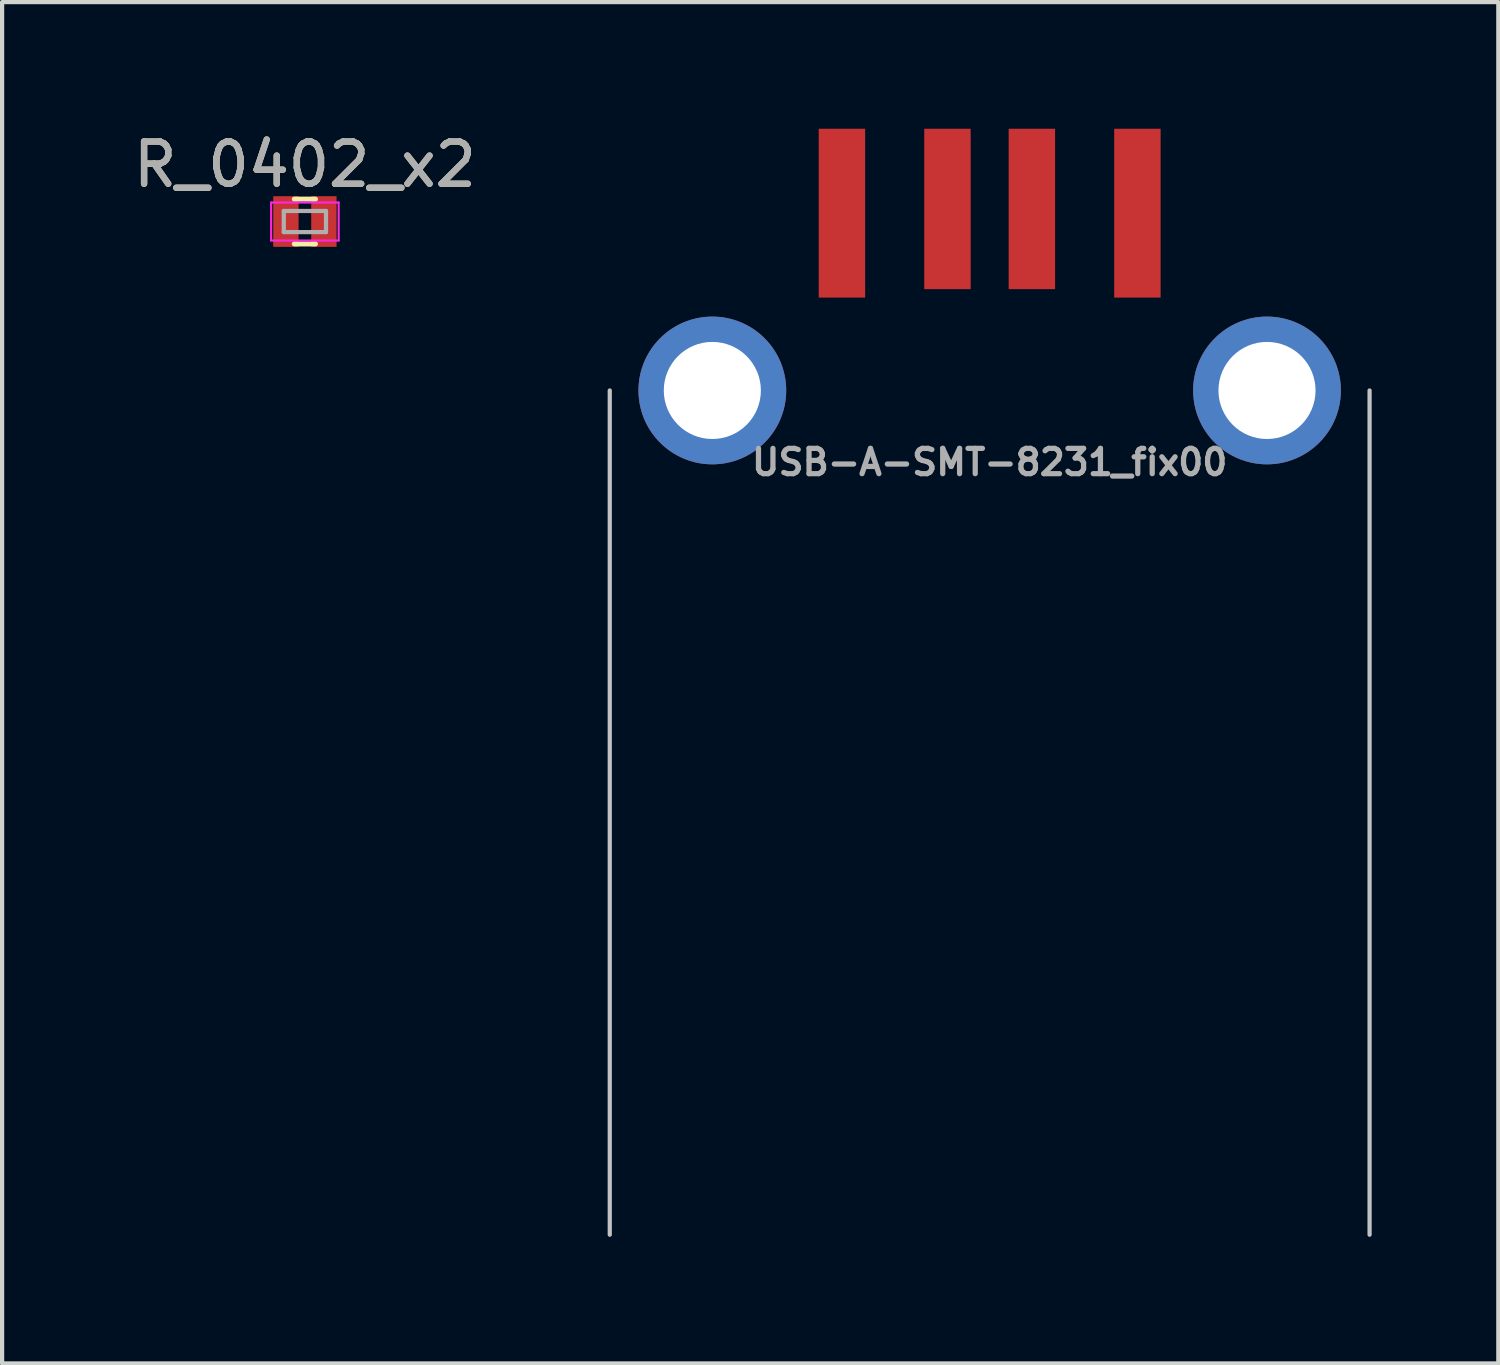
<source format=kicad_pcb>
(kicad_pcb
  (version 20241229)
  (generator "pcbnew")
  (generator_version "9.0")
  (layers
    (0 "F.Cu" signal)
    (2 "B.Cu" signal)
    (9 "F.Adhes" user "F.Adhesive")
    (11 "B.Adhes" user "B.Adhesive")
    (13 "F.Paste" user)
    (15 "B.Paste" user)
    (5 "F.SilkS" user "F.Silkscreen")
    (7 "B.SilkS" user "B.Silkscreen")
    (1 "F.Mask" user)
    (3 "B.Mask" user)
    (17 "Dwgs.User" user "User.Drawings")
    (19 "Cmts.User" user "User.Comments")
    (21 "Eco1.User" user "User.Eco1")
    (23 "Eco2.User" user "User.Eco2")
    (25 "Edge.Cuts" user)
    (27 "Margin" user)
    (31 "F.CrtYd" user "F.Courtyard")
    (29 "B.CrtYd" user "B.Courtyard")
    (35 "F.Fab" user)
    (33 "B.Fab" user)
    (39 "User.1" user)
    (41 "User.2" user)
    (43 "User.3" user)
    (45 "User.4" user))
  (footprint "R_0402_x2"
    (layer "F.Cu")
    (at 4.173 2.198)
    (property "Reference" "R_0402_x2" (at 0 -1.35 0) (layer "F.SilkS") (effects (font (size 1 1) (thickness 0.15))))
    (attr smd)
    (fp_line (start -0.25 0.53) (end 0.25 0.53) (stroke (width 0.12) (type solid)) (layer "F.SilkS"))
    (fp_line (start 0.25 -0.53) (end -0.25 -0.53) (stroke (width 0.12) (type solid)) (layer "F.SilkS"))
    (fp_line (start -0.8 -0.45) (end -0.8 0.45) (stroke (width 0.05) (type solid)) (layer "F.CrtYd"))
    (fp_line (start -0.8 -0.45) (end 0.8 -0.45) (stroke (width 0.05) (type solid)) (layer "F.CrtYd"))
    (fp_line (start 0.8 0.45) (end -0.8 0.45) (stroke (width 0.05) (type solid)) (layer "F.CrtYd"))
    (fp_line (start 0.8 0.45) (end 0.8 -0.45) (stroke (width 0.05) (type solid)) (layer "F.CrtYd"))
    (fp_line (start -0.5 -0.25) (end 0.5 -0.25) (stroke (width 0.1) (type solid)) (layer "F.Fab"))
    (fp_line (start -0.5 0.25) (end -0.5 -0.25) (stroke (width 0.1) (type solid)) (layer "F.Fab"))
    (fp_line (start 0.5 -0.25) (end 0.5 0.25) (stroke (width 0.1) (type solid)) (layer "F.Fab"))
    (fp_line (start 0.5 0.25) (end -0.5 0.25) (stroke (width 0.1) (type solid)) (layer "F.Fab"))
    (fp_text user "${REFERENCE}" (at 0 -1.35 0) (layer "F.Fab") (effects (font (size 1 1) (thickness 0.15))))
    (pad "1" smd rect (at -0.45 0) (size 0.6 1.2) (layers "F.Cu" "F.Mask" "F.Paste"))
    (pad "2" smd rect (at 0.45 0) (size 0.6 1.2) (layers "F.Cu" "F.Mask" "F.Paste")))
  (footprint "USB-A-SMT-8231_fix00"
    (layer "F.Cu")
    (at 20.395 6.2)
    (property "Reference" "USB-A-SMT-8231_fix00" (at 0 1.7 180) (layer "F.Fab") (effects (font (size 0.599 0.599) (thickness 0.124))))
    (attr smd)
    (fp_line (start -9 0) (end -9 20) (stroke (width 0.1) (type solid)) (layer "Dwgs.User"))
    (fp_line (start 9 0) (end 9 20) (stroke (width 0.1) (type solid)) (layer "Dwgs.User"))
    (fp_line (start -7.2 -4.1) (end 7.2 -4.1) (stroke (width 0.001) (type solid)) (layer "F.Fab"))
    (fp_line (start -7.2 10.3) (end -7.2 -4.1) (stroke (width 0.001) (type solid)) (layer "F.Fab"))
    (fp_line (start 7.2 -4.1) (end 7.2 10.3) (stroke (width 0.001) (type solid)) (layer "F.Fab"))
    (fp_line (start 7.2 10.3) (end -7.2 10.3) (stroke (width 0.001) (type solid)) (layer "F.Fab"))
    (pad "1" smd rect (at -3.5 -4.2) (size 1.1 4) (layers "F.Cu" "F.Mask" "F.Paste"))
    (pad "2" smd rect (at -1 -4.3) (size 1.1 3.8) (layers "F.Cu" "F.Mask" "F.Paste"))
    (pad "3" smd rect (at 1 -4.3) (size 1.1 3.8) (layers "F.Cu" "F.Mask" "F.Paste"))
    (pad "4" smd rect (at 3.5 -4.2) (size 1.1 4) (layers "F.Cu" "F.Mask" "F.Paste"))
    (pad "5" thru_hole circle (at -6.57 0 90) (size 3.5 3.5) (drill 2.3) (layers "*.Cu" "*.Mask"))
    (pad "5" thru_hole circle (at 6.57 0) (size 3.5 3.5) (drill 2.3) (layers "*.Cu" "*.Mask")))
  (gr_rect
    (start -3 -3)
    (end 32.445 29.25)
    (stroke (width 0.1) (type default))
    (fill no)
    (layer "Edge.Cuts")))
</source>
